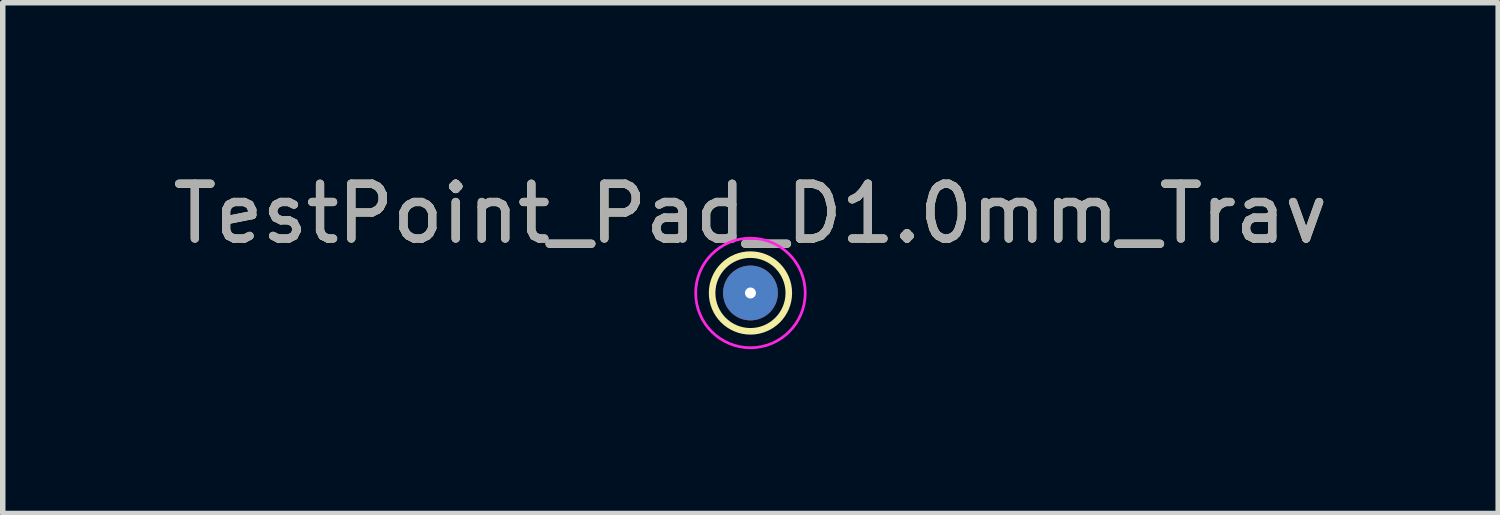
<source format=kicad_pcb>
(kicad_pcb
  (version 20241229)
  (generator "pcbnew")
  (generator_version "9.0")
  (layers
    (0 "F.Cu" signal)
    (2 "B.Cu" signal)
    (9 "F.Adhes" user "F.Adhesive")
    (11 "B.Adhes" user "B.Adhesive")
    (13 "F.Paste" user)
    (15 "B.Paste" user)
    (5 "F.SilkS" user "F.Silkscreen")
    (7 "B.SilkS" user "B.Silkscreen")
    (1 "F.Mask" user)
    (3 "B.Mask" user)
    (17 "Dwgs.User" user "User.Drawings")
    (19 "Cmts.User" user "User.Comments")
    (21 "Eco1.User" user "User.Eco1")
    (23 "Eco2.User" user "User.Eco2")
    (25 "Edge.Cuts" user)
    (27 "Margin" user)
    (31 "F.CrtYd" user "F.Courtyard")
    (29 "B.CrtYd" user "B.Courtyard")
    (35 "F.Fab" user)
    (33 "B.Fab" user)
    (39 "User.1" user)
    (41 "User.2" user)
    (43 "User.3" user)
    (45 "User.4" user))
  (footprint "TestPoint_Pad_D1.0mm_Trav"
    (layer "F.Cu")
    (at 10.649 2.298)
    (property "Reference" "TestPoint_Pad_D1.0mm_Trav" (at 0 -1.448 0) (layer "F.SilkS") (effects (font (size 1 1) (thickness 0.15))))
    (attr exclude_from_pos_files exclude_from_bom)
    (fp_circle (center 0 0) (end 0 0.7) (stroke (width 0.12) (type solid)) (fill no) (layer "F.SilkS"))
    (fp_circle (center 0 0) (end 1 0) (stroke (width 0.05) (type solid)) (fill no) (layer "F.CrtYd"))
    (fp_text user "${REFERENCE}" (at 0 -1.45 0) (layer "F.Fab") (effects (font (size 1 1) (thickness 0.15))))
    (pad "1" thru_hole circle (at 0 0) (size 1 1) (drill 0.2) (layers "*.Cu" "*.Mask")))
  (gr_rect
    (start -3 -3)
    (end 24.298 6.323)
    (stroke (width 0.1) (type default))
    (fill no)
    (layer "Edge.Cuts")))
</source>
